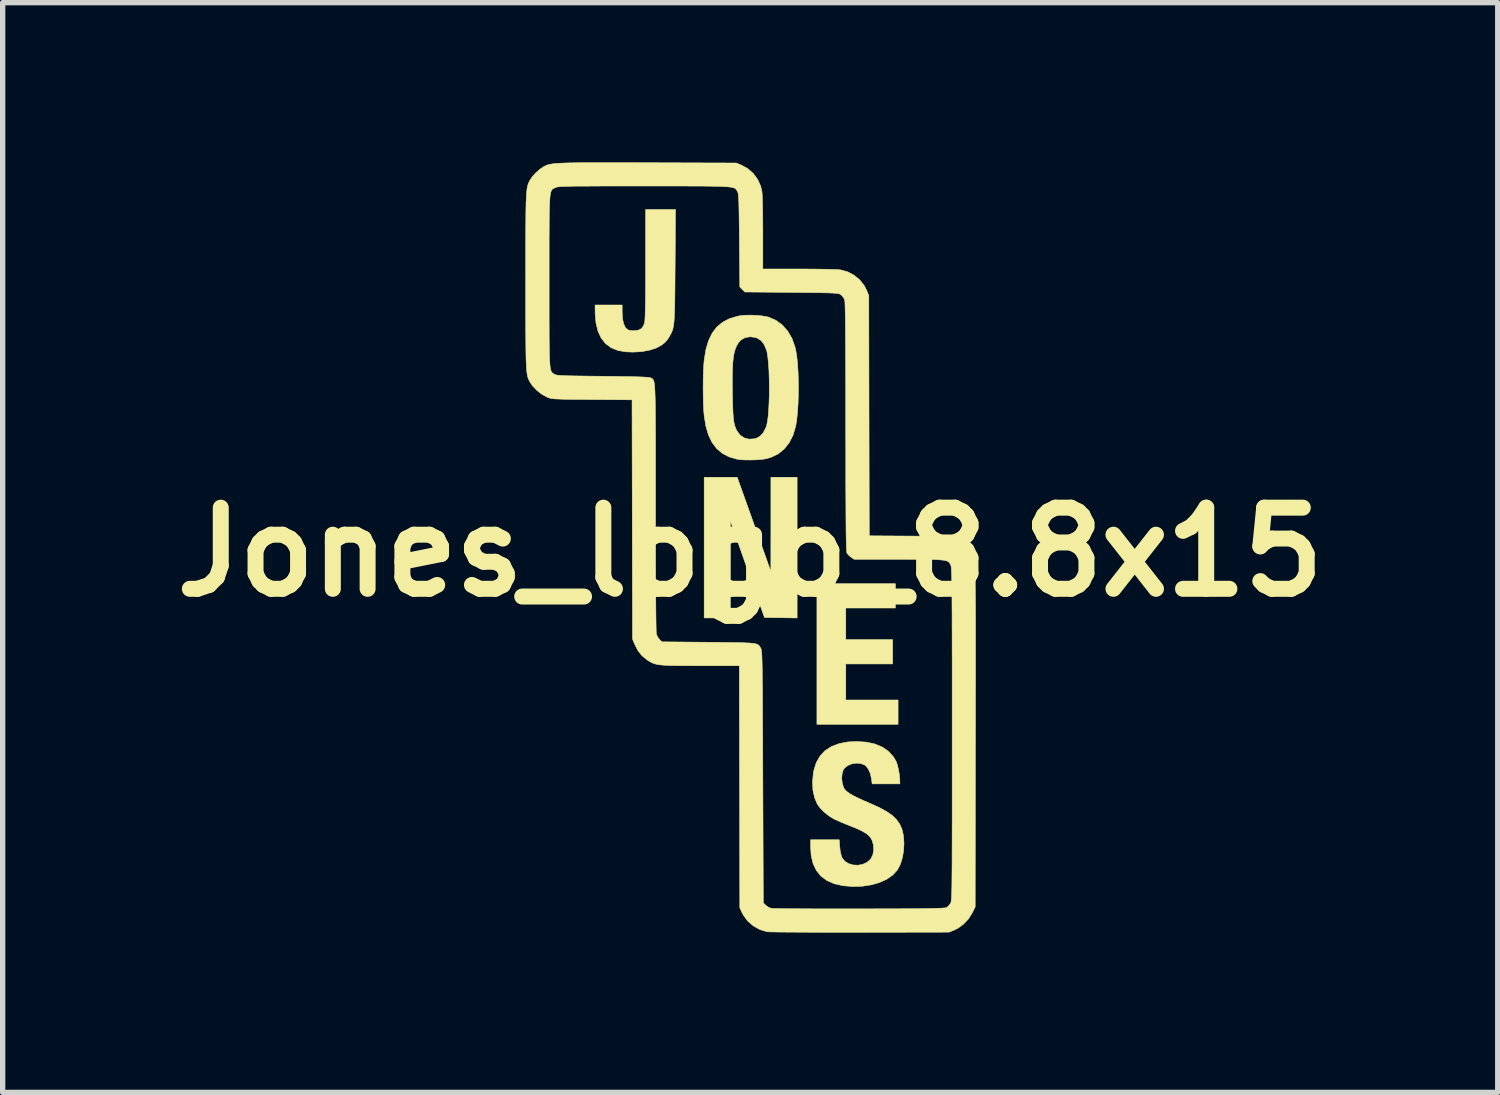
<source format=kicad_pcb>
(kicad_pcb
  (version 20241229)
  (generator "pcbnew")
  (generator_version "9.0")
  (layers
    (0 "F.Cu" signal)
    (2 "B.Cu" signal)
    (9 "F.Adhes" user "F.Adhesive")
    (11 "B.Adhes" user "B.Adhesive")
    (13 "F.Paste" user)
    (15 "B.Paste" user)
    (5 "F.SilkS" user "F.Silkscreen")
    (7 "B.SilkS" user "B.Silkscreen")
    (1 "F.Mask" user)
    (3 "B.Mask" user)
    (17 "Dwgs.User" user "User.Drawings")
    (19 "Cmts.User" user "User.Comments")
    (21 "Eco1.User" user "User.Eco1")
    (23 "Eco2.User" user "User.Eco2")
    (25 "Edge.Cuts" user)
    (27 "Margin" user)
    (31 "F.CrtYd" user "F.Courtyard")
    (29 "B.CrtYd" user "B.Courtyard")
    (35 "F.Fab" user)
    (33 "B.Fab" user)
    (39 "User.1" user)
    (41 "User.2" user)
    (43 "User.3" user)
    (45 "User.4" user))
  (footprint "Jones_logo_8.8x15"
    (layer "F.Cu")
    (at 11.038 7.318)
    (property "Reference" "Jones_logo_8.8x15" (at 0 0 0) (layer "F.SilkS") (effects (font (size 1.524 1.524) (thickness 0.3))))
    (attr through_hole)
    (fp_poly (pts (xy 2.726 1.05) (xy 1.795 1.05) (xy 1.795 1.643) (xy 2.675 1.643) (xy 2.675 2.1) (xy 1.795 2.1) (xy 1.795 2.777) (xy 2.777 2.777) (xy 2.777 3.234) (xy 1.253 3.234) (xy 1.253 0.593) (xy 2.726 0.593) (xy 2.726 1.05)) (stroke (width 0.01) (type solid)) (fill yes) (layer "F.SilkS"))
    (fp_poly (pts (xy 0.072 -0.521) (xy 0.388 0.364) (xy 0.389 -0.521) (xy 0.389 -1.405) (xy 0.881 -1.405) (xy 0.881 1.237) (xy 0.574 1.232) (xy 0.268 1.228) (xy -0.052 0.322) (xy -0.371 -0.584) (xy -0.372 0.326) (xy -0.373 1.236) (xy -0.864 1.236) (xy -0.864 -1.405) (xy -0.244 -1.405) (xy 0.072 -0.521)) (stroke (width 0.01) (type solid)) (fill yes) (layer "F.SilkS"))
    (fp_poly (pts (xy -1.41 -5.381) (xy -1.412 -5.155) (xy -1.413 -4.961) (xy -1.415 -4.795) (xy -1.417 -4.655) (xy -1.42 -4.538) (xy -1.424 -4.441) (xy -1.428 -4.362) (xy -1.434 -4.298) (xy -1.441 -4.246) (xy -1.45 -4.203) (xy -1.46 -4.166) (xy -1.473 -4.134) (xy -1.488 -4.103) (xy -1.504 -4.072) (xy -1.55 -3.996) (xy -1.602 -3.937) (xy -1.659 -3.891) (xy -1.763 -3.834) (xy -1.891 -3.792) (xy -2.04 -3.765) (xy -2.202 -3.756) (xy -2.338 -3.761) (xy -2.486 -3.787) (xy -2.612 -3.839) (xy -2.716 -3.916) (xy -2.798 -4.019) (xy -2.858 -4.148) (xy -2.896 -4.303) (xy -2.912 -4.483) (xy -2.912 -4.525) (xy -2.913 -4.64) (xy -2.405 -4.64) (xy -2.405 -4.512) (xy -2.398 -4.384) (xy -2.377 -4.286) (xy -2.343 -4.216) (xy -2.325 -4.197) (xy -2.293 -4.173) (xy -2.252 -4.161) (xy -2.192 -4.157) (xy -2.184 -4.157) (xy -2.101 -4.167) (xy -2.042 -4.197) (xy -2.002 -4.253) (xy -1.983 -4.31) (xy -1.978 -4.346) (xy -1.974 -4.414) (xy -1.971 -4.515) (xy -1.968 -4.648) (xy -1.966 -4.815) (xy -1.965 -5.015) (xy -1.964 -5.249) (xy -1.964 -5.409) (xy -1.964 -6.435) (xy -1.403 -6.435) (xy -1.41 -5.381)) (stroke (width 0.01) (type solid)) (fill yes) (layer "F.SilkS"))
    (fp_poly (pts (xy 0.119 -4.446) (xy 0.227 -4.435) (xy 0.318 -4.419) (xy 0.346 -4.412) (xy 0.484 -4.352) (xy 0.604 -4.264) (xy 0.704 -4.15) (xy 0.784 -4.013) (xy 0.841 -3.853) (xy 0.855 -3.795) (xy 0.875 -3.673) (xy 0.89 -3.523) (xy 0.9 -3.356) (xy 0.905 -3.177) (xy 0.905 -2.994) (xy 0.9 -2.815) (xy 0.89 -2.646) (xy 0.875 -2.496) (xy 0.856 -2.372) (xy 0.855 -2.368) (xy 0.806 -2.2) (xy 0.734 -2.057) (xy 0.641 -1.939) (xy 0.528 -1.846) (xy 0.394 -1.781) (xy 0.293 -1.752) (xy 0.216 -1.741) (xy 0.118 -1.733) (xy 0.012 -1.73) (xy -0.094 -1.731) (xy -0.186 -1.736) (xy -0.246 -1.745) (xy -0.395 -1.788) (xy -0.523 -1.854) (xy -0.629 -1.944) (xy -0.716 -2.058) (xy -0.784 -2.199) (xy -0.833 -2.368) (xy -0.864 -2.56) (xy -0.873 -2.659) (xy -0.879 -2.784) (xy -0.882 -2.926) (xy -0.884 -3.076) (xy -0.883 -3.146) (xy -0.336 -3.146) (xy -0.334 -2.984) (xy -0.331 -2.826) (xy -0.327 -2.698) (xy -0.322 -2.595) (xy -0.316 -2.512) (xy -0.307 -2.446) (xy -0.295 -2.392) (xy -0.28 -2.345) (xy -0.262 -2.301) (xy -0.25 -2.278) (xy -0.191 -2.198) (xy -0.114 -2.145) (xy -0.023 -2.121) (xy 0.08 -2.128) (xy 0.106 -2.134) (xy 0.182 -2.173) (xy 0.246 -2.242) (xy 0.295 -2.339) (xy 0.307 -2.371) (xy 0.323 -2.444) (xy 0.337 -2.545) (xy 0.347 -2.669) (xy 0.354 -2.809) (xy 0.359 -2.959) (xy 0.359 -3.114) (xy 0.357 -3.267) (xy 0.352 -3.414) (xy 0.343 -3.548) (xy 0.331 -3.663) (xy 0.317 -3.754) (xy 0.307 -3.793) (xy 0.262 -3.898) (xy 0.204 -3.974) (xy 0.13 -4.02) (xy 0.1 -4.031) (xy -0.000239 -4.044) (xy -0.092 -4.029) (xy -0.169 -3.988) (xy -0.218 -3.937) (xy -0.25 -3.883) (xy -0.277 -3.824) (xy -0.298 -3.755) (xy -0.314 -3.674) (xy -0.325 -3.576) (xy -0.332 -3.457) (xy -0.336 -3.315) (xy -0.336 -3.146) (xy -0.883 -3.146) (xy -0.883 -3.227) (xy -0.879 -3.37) (xy -0.873 -3.497) (xy -0.865 -3.599) (xy -0.864 -3.605) (xy -0.832 -3.802) (xy -0.783 -3.969) (xy -0.715 -4.11) (xy -0.629 -4.225) (xy -0.521 -4.315) (xy -0.393 -4.383) (xy -0.241 -4.429) (xy -0.193 -4.438) (xy -0.103 -4.448) (xy 0.005 -4.45) (xy 0.119 -4.446)) (stroke (width 0.01) (type solid)) (fill yes) (layer "F.SilkS"))
    (fp_poly (pts (xy 2.177 3.568) (xy 2.341 3.603) (xy 2.482 3.662) (xy 2.599 3.743) (xy 2.692 3.848) (xy 2.74 3.93) (xy 2.762 3.991) (xy 2.782 4.075) (xy 2.799 4.168) (xy 2.809 4.26) (xy 2.81 4.305) (xy 2.811 4.352) (xy 2.29 4.352) (xy 2.279 4.263) (xy 2.255 4.155) (xy 2.216 4.069) (xy 2.164 4.008) (xy 2.147 3.997) (xy 2.075 3.969) (xy 1.992 3.963) (xy 1.907 3.977) (xy 1.83 4.009) (xy 1.771 4.056) (xy 1.749 4.087) (xy 1.726 4.158) (xy 1.719 4.246) (xy 1.728 4.336) (xy 1.752 4.415) (xy 1.76 4.432) (xy 1.784 4.466) (xy 1.818 4.499) (xy 1.866 4.533) (xy 1.931 4.571) (xy 2.018 4.615) (xy 2.129 4.666) (xy 2.266 4.725) (xy 2.43 4.8) (xy 2.563 4.873) (xy 2.669 4.947) (xy 2.75 5.026) (xy 2.81 5.112) (xy 2.851 5.207) (xy 2.876 5.316) (xy 2.879 5.333) (xy 2.888 5.471) (xy 2.88 5.612) (xy 2.856 5.747) (xy 2.817 5.869) (xy 2.765 5.967) (xy 2.764 5.969) (xy 2.678 6.063) (xy 2.566 6.142) (xy 2.431 6.204) (xy 2.278 6.248) (xy 2.11 6.274) (xy 1.931 6.28) (xy 1.745 6.265) (xy 1.736 6.263) (xy 1.576 6.227) (xy 1.44 6.167) (xy 1.328 6.084) (xy 1.242 5.978) (xy 1.181 5.849) (xy 1.145 5.698) (xy 1.135 5.541) (xy 1.135 5.402) (xy 1.671 5.402) (xy 1.682 5.54) (xy 1.692 5.625) (xy 1.709 5.698) (xy 1.724 5.739) (xy 1.776 5.805) (xy 1.847 5.85) (xy 1.932 5.875) (xy 2.024 5.88) (xy 2.114 5.863) (xy 2.195 5.825) (xy 2.262 5.766) (xy 2.265 5.761) (xy 2.302 5.688) (xy 2.319 5.599) (xy 2.315 5.504) (xy 2.29 5.414) (xy 2.289 5.414) (xy 2.26 5.362) (xy 2.22 5.316) (xy 2.162 5.273) (xy 2.085 5.23) (xy 1.982 5.183) (xy 1.893 5.148) (xy 1.802 5.111) (xy 1.712 5.074) (xy 1.633 5.039) (xy 1.575 5.012) (xy 1.571 5.01) (xy 1.475 4.952) (xy 1.383 4.877) (xy 1.306 4.796) (xy 1.261 4.733) (xy 1.209 4.612) (xy 1.178 4.47) (xy 1.171 4.314) (xy 1.186 4.148) (xy 1.195 4.101) (xy 1.24 3.955) (xy 1.31 3.832) (xy 1.404 3.73) (xy 1.524 3.652) (xy 1.668 3.597) (xy 1.835 3.565) (xy 1.991 3.557) (xy 2.177 3.568)) (stroke (width 0.01) (type solid)) (fill yes) (layer "F.SilkS"))
    (fp_poly (pts (xy -2.489 -7.313) (xy -2.238 -7.313) (xy -1.955 -7.312) (xy -1.922 -7.312) (xy -0.262 -7.307) (xy -0.165 -7.267) (xy -0.045 -7.201) (xy 0.059 -7.109) (xy 0.141 -6.997) (xy 0.198 -6.869) (xy 0.221 -6.771) (xy 0.224 -6.73) (xy 0.228 -6.66) (xy 0.23 -6.564) (xy 0.233 -6.448) (xy 0.235 -6.316) (xy 0.236 -6.172) (xy 0.237 -6.02) (xy 0.237 -5.99) (xy 0.237 -5.317) (xy 0.91 -5.317) (xy 1.063 -5.316) (xy 1.209 -5.315) (xy 1.344 -5.313) (xy 1.463 -5.311) (xy 1.563 -5.308) (xy 1.639 -5.305) (xy 1.686 -5.301) (xy 1.691 -5.301) (xy 1.826 -5.265) (xy 1.949 -5.201) (xy 2.057 -5.112) (xy 2.142 -5.004) (xy 2.187 -4.915) (xy 2.227 -4.818) (xy 2.231 -2.562) (xy 2.236 -0.306) (xy 3.002 -0.301) (xy 3.183 -0.3) (xy 3.333 -0.299) (xy 3.456 -0.298) (xy 3.555 -0.296) (xy 3.633 -0.294) (xy 3.693 -0.291) (xy 3.739 -0.288) (xy 3.773 -0.283) (xy 3.799 -0.278) (xy 3.821 -0.271) (xy 3.841 -0.262) (xy 3.851 -0.258) (xy 3.972 -0.186) (xy 4.074 -0.093) (xy 4.129 -0.021) (xy 4.141 -0.003) (xy 4.153 0.014) (xy 4.163 0.03) (xy 4.173 0.047) (xy 4.181 0.066) (xy 4.189 0.089) (xy 4.196 0.117) (xy 4.202 0.151) (xy 4.208 0.194) (xy 4.213 0.246) (xy 4.217 0.309) (xy 4.22 0.385) (xy 4.223 0.474) (xy 4.226 0.579) (xy 4.227 0.701) (xy 4.229 0.84) (xy 4.23 1) (xy 4.231 1.18) (xy 4.231 1.384) (xy 4.231 1.611) (xy 4.231 1.864) (xy 4.231 2.143) (xy 4.231 2.451) (xy 4.23 2.789) (xy 4.23 3.159) (xy 4.229 3.464) (xy 4.225 6.664) (xy 4.169 6.777) (xy 4.098 6.889) (xy 4.004 6.988) (xy 3.897 7.066) (xy 3.831 7.098) (xy 3.734 7.137) (xy 2.066 7.14) (xy 1.829 7.14) (xy 1.601 7.14) (xy 1.384 7.14) (xy 1.18 7.139) (xy 0.991 7.138) (xy 0.821 7.137) (xy 0.672 7.136) (xy 0.545 7.135) (xy 0.444 7.133) (xy 0.37 7.132) (xy 0.327 7.13) (xy 0.318 7.129) (xy 0.184 7.089) (xy 0.062 7.022) (xy -0.044 6.931) (xy -0.126 6.821) (xy -0.15 6.777) (xy -0.195 6.68) (xy -0.204 2.134) (xy -0.937 2.134) (xy -1.127 2.133) (xy -1.287 2.133) (xy -1.42 2.131) (xy -1.528 2.129) (xy -1.617 2.124) (xy -1.688 2.118) (xy -1.746 2.109) (xy -1.793 2.098) (xy -1.834 2.083) (xy -1.87 2.065) (xy -1.907 2.043) (xy -1.939 2.022) (xy -2.033 1.945) (xy -2.107 1.852) (xy -2.166 1.737) (xy -2.21 1.634) (xy -2.219 -2.86) (xy -2.968 -2.865) (xy -3.147 -2.867) (xy -3.295 -2.868) (xy -3.417 -2.869) (xy -3.514 -2.871) (xy -3.591 -2.874) (xy -3.65 -2.876) (xy -3.696 -2.88) (xy -3.731 -2.885) (xy -3.759 -2.891) (xy -3.783 -2.898) (xy -3.807 -2.907) (xy -3.813 -2.91) (xy -3.91 -2.962) (xy -4.005 -3.036) (xy -4.087 -3.121) (xy -4.126 -3.179) (xy -4.141 -3.203) (xy -4.153 -3.227) (xy -4.165 -3.252) (xy -4.175 -3.279) (xy -4.183 -3.312) (xy -4.19 -3.352) (xy -4.196 -3.401) (xy -4.201 -3.462) (xy -4.205 -3.536) (xy -4.209 -3.626) (xy -4.211 -3.733) (xy -4.213 -3.86) (xy -4.214 -4.009) (xy -4.215 -4.182) (xy -4.216 -4.381) (xy -4.216 -4.608) (xy -4.216 -4.865) (xy -4.216 -5.083) (xy -4.216 -5.364) (xy -4.216 -5.456) (xy -3.776 -5.456) (xy -3.776 -5.19) (xy -3.776 -5.092) (xy -3.776 -4.816) (xy -3.776 -4.571) (xy -3.776 -4.357) (xy -3.775 -4.17) (xy -3.775 -4.009) (xy -3.773 -3.872) (xy -3.771 -3.756) (xy -3.769 -3.66) (xy -3.765 -3.582) (xy -3.761 -3.52) (xy -3.756 -3.471) (xy -3.749 -3.434) (xy -3.741 -3.406) (xy -3.732 -3.386) (xy -3.721 -3.371) (xy -3.709 -3.36) (xy -3.695 -3.351) (xy -3.681 -3.341) (xy -3.668 -3.334) (xy -3.652 -3.329) (xy -3.629 -3.324) (xy -3.595 -3.319) (xy -3.55 -3.316) (xy -3.489 -3.313) (xy -3.409 -3.311) (xy -3.308 -3.309) (xy -3.183 -3.307) (xy -3.032 -3.305) (xy -2.85 -3.303) (xy -2.769 -3.302) (xy -2.563 -3.3) (xy -2.388 -3.297) (xy -2.243 -3.295) (xy -2.125 -3.292) (xy -2.032 -3.289) (xy -1.962 -3.285) (xy -1.912 -3.281) (xy -1.881 -3.276) (xy -1.867 -3.272) (xy -1.855 -3.265) (xy -1.844 -3.259) (xy -1.833 -3.253) (xy -1.825 -3.243) (xy -1.817 -3.229) (xy -1.81 -3.209) (xy -1.803 -3.182) (xy -1.798 -3.145) (xy -1.794 -3.097) (xy -1.79 -3.036) (xy -1.787 -2.961) (xy -1.784 -2.869) (xy -1.782 -2.76) (xy -1.781 -2.632) (xy -1.78 -2.482) (xy -1.779 -2.31) (xy -1.778 -2.114) (xy -1.778 -1.891) (xy -1.778 -1.64) (xy -1.778 -1.36) (xy -1.778 -1.049) (xy -1.778 -0.835) (xy -1.778 -0.479) (xy -1.777 -0.149) (xy -1.777 0.153) (xy -1.776 0.427) (xy -1.775 0.673) (xy -1.773 0.89) (xy -1.772 1.077) (xy -1.77 1.234) (xy -1.768 1.359) (xy -1.766 1.453) (xy -1.764 1.514) (xy -1.761 1.542) (xy -1.761 1.542) (xy -1.737 1.596) (xy -1.702 1.643) (xy -1.7 1.644) (xy -1.657 1.685) (xy -0.782 1.693) (xy -0.582 1.695) (xy -0.414 1.697) (xy -0.274 1.699) (xy -0.159 1.701) (xy -0.067 1.705) (xy 0.005 1.709) (xy 0.061 1.715) (xy 0.102 1.722) (xy 0.132 1.732) (xy 0.153 1.743) (xy 0.168 1.758) (xy 0.181 1.775) (xy 0.194 1.796) (xy 0.197 1.802) (xy 0.201 1.81) (xy 0.205 1.821) (xy 0.209 1.836) (xy 0.212 1.856) (xy 0.215 1.885) (xy 0.218 1.922) (xy 0.22 1.97) (xy 0.222 2.031) (xy 0.224 2.105) (xy 0.226 2.196) (xy 0.227 2.305) (xy 0.228 2.432) (xy 0.23 2.581) (xy 0.231 2.752) (xy 0.232 2.948) (xy 0.233 3.17) (xy 0.234 3.419) (xy 0.235 3.698) (xy 0.236 4.009) (xy 0.237 4.22) (xy 0.246 6.586) (xy 0.29 6.631) (xy 0.337 6.666) (xy 0.39 6.688) (xy 0.392 6.689) (xy 0.416 6.691) (xy 0.473 6.693) (xy 0.558 6.694) (xy 0.67 6.696) (xy 0.806 6.697) (xy 0.963 6.698) (xy 1.14 6.699) (xy 1.334 6.7) (xy 1.542 6.7) (xy 1.761 6.7) (xy 1.99 6.7) (xy 2.049 6.7) (xy 2.327 6.699) (xy 2.574 6.699) (xy 2.79 6.698) (xy 2.978 6.697) (xy 3.139 6.696) (xy 3.275 6.694) (xy 3.389 6.692) (xy 3.481 6.69) (xy 3.554 6.688) (xy 3.609 6.685) (xy 3.649 6.682) (xy 3.674 6.679) (xy 3.688 6.675) (xy 3.688 6.675) (xy 3.724 6.645) (xy 3.758 6.602) (xy 3.76 6.599) (xy 3.764 6.592) (xy 3.768 6.583) (xy 3.771 6.571) (xy 3.774 6.555) (xy 3.777 6.533) (xy 3.779 6.503) (xy 3.782 6.464) (xy 3.784 6.415) (xy 3.785 6.355) (xy 3.787 6.281) (xy 3.788 6.192) (xy 3.789 6.087) (xy 3.79 5.965) (xy 3.791 5.823) (xy 3.791 5.66) (xy 3.792 5.476) (xy 3.792 5.268) (xy 3.793 5.035) (xy 3.793 4.776) (xy 3.793 4.488) (xy 3.793 4.172) (xy 3.793 3.824) (xy 3.793 3.444) (xy 3.793 3.423) (xy 3.793 3.039) (xy 3.793 2.687) (xy 3.793 2.365) (xy 3.793 2.074) (xy 3.792 1.811) (xy 3.792 1.574) (xy 3.791 1.362) (xy 3.791 1.175) (xy 3.79 1.009) (xy 3.789 0.865) (xy 3.788 0.74) (xy 3.787 0.633) (xy 3.786 0.543) (xy 3.784 0.467) (xy 3.782 0.406) (xy 3.78 0.357) (xy 3.778 0.319) (xy 3.775 0.29) (xy 3.773 0.269) (xy 3.77 0.254) (xy 3.766 0.245) (xy 3.755 0.221) (xy 3.742 0.201) (xy 3.727 0.185) (xy 3.705 0.171) (xy 3.673 0.16) (xy 3.63 0.152) (xy 3.573 0.146) (xy 3.498 0.141) (xy 3.402 0.138) (xy 3.284 0.137) (xy 3.14 0.136) (xy 2.967 0.135) (xy 2.79 0.135) (xy 1.952 0.135) (xy 1.895 0.097) (xy 1.852 0.061) (xy 1.82 0.023) (xy 1.817 0.016) (xy 1.813 0.004) (xy 1.811 -0.023) (xy 1.808 -0.065) (xy 1.806 -0.123) (xy 1.804 -0.199) (xy 1.802 -0.294) (xy 1.8 -0.41) (xy 1.799 -0.549) (xy 1.798 -0.711) (xy 1.797 -0.898) (xy 1.796 -1.111) (xy 1.795 -1.352) (xy 1.795 -1.623) (xy 1.795 -1.924) (xy 1.794 -2.257) (xy 1.794 -2.354) (xy 1.794 -2.703) (xy 1.794 -3.019) (xy 1.793 -3.304) (xy 1.792 -3.559) (xy 1.791 -3.786) (xy 1.79 -3.984) (xy 1.789 -4.157) (xy 1.788 -4.304) (xy 1.786 -4.428) (xy 1.784 -4.529) (xy 1.782 -4.609) (xy 1.78 -4.669) (xy 1.777 -4.711) (xy 1.774 -4.735) (xy 1.773 -4.74) (xy 1.745 -4.791) (xy 1.705 -4.833) (xy 1.705 -4.833) (xy 1.693 -4.841) (xy 1.68 -4.847) (xy 1.662 -4.853) (xy 1.636 -4.858) (xy 1.601 -4.861) (xy 1.551 -4.864) (xy 1.486 -4.867) (xy 1.401 -4.869) (xy 1.295 -4.871) (xy 1.164 -4.873) (xy 1.005 -4.875) (xy 0.816 -4.876) (xy 0.778 -4.877) (xy -0.101 -4.885) (xy -0.195 -4.979) (xy -0.203 -5.856) (xy -0.205 -6.052) (xy -0.207 -6.216) (xy -0.209 -6.353) (xy -0.211 -6.464) (xy -0.213 -6.553) (xy -0.216 -6.622) (xy -0.219 -6.675) (xy -0.223 -6.713) (xy -0.227 -6.741) (xy -0.233 -6.76) (xy -0.239 -6.774) (xy -0.243 -6.78) (xy -0.253 -6.795) (xy -0.262 -6.809) (xy -0.274 -6.821) (xy -0.289 -6.832) (xy -0.309 -6.841) (xy -0.338 -6.848) (xy -0.376 -6.855) (xy -0.426 -6.86) (xy -0.49 -6.864) (xy -0.57 -6.868) (xy -0.667 -6.87) (xy -0.785 -6.872) (xy -0.924 -6.874) (xy -1.088 -6.874) (xy -1.277 -6.875) (xy -1.494 -6.875) (xy -1.741 -6.875) (xy -1.993 -6.875) (xy -2.264 -6.875) (xy -2.502 -6.875) (xy -2.711 -6.875) (xy -2.892 -6.874) (xy -3.047 -6.873) (xy -3.179 -6.873) (xy -3.289 -6.872) (xy -3.381 -6.87) (xy -3.454 -6.868) (xy -3.513 -6.866) (xy -3.559 -6.864) (xy -3.593 -6.861) (xy -3.618 -6.857) (xy -3.637 -6.853) (xy -3.651 -6.848) (xy -3.658 -6.845) (xy -3.677 -6.836) (xy -3.694 -6.828) (xy -3.709 -6.819) (xy -3.722 -6.807) (xy -3.734 -6.789) (xy -3.743 -6.765) (xy -3.751 -6.731) (xy -3.758 -6.687) (xy -3.763 -6.629) (xy -3.767 -6.557) (xy -3.771 -6.467) (xy -3.773 -6.358) (xy -3.774 -6.228) (xy -3.775 -6.074) (xy -3.776 -5.896) (xy -3.776 -5.69) (xy -3.776 -5.456) (xy -4.216 -5.456) (xy -4.216 -5.614) (xy -4.216 -5.833) (xy -4.215 -6.025) (xy -4.214 -6.192) (xy -4.213 -6.335) (xy -4.211 -6.457) (xy -4.209 -6.56) (xy -4.205 -6.645) (xy -4.201 -6.716) (xy -4.196 -6.774) (xy -4.191 -6.821) (xy -4.184 -6.859) (xy -4.176 -6.891) (xy -4.166 -6.919) (xy -4.156 -6.944) (xy -4.144 -6.968) (xy -4.14 -6.977) (xy -4.094 -7.047) (xy -4.027 -7.121) (xy -3.951 -7.189) (xy -3.875 -7.24) (xy -3.866 -7.245) (xy -3.842 -7.256) (xy -3.818 -7.267) (xy -3.79 -7.276) (xy -3.758 -7.283) (xy -3.719 -7.29) (xy -3.67 -7.296) (xy -3.611 -7.301) (xy -3.538 -7.304) (xy -3.451 -7.308) (xy -3.345 -7.31) (xy -3.221 -7.312) (xy -3.075 -7.313) (xy -2.906 -7.313) (xy -2.712 -7.313) (xy -2.489 -7.313)) (stroke (width 0.01) (type solid)) (fill yes) (layer "F.SilkS")))
  (gr_rect
    (start -3 -3)
    (end 25.076 17.464)
    (stroke (width 0.1) (type default))
    (fill no)
    (layer "Edge.Cuts")))
</source>
